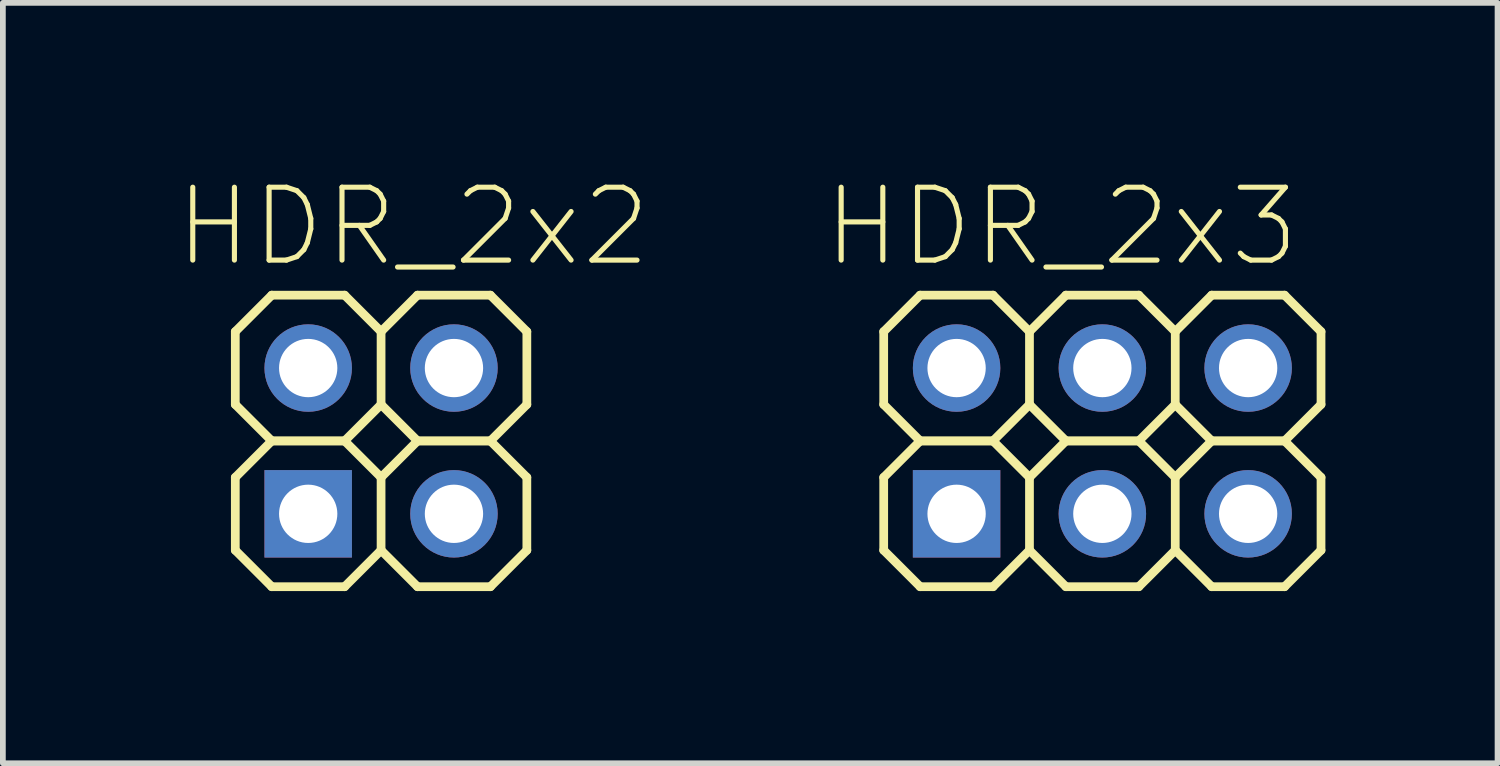
<source format=kicad_pcb>
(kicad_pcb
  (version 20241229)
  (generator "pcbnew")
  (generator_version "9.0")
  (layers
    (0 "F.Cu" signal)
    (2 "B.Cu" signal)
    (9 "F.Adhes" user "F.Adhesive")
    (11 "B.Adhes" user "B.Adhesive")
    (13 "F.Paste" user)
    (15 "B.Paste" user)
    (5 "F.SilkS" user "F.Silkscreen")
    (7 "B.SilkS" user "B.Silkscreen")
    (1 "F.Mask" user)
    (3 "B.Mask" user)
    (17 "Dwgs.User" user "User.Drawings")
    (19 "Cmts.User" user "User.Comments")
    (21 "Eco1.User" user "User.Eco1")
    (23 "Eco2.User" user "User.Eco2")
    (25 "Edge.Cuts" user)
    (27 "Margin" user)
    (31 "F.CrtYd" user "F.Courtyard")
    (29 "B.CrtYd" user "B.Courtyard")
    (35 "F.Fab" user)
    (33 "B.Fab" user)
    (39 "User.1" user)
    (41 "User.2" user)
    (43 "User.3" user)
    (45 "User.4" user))
  (footprint "HDR_2x2"
    (layer "F.Cu")
    (at 3.59 4.633)
    (property "Reference" "HDR_2x2" (at 0.559 -3.734 0) (layer "F.SilkS") (effects (font (size 1.27 1.27) (thickness 0.089))))
    (attr exclude_from_pos_files exclude_from_bom)
    (fp_line (start -2.54 -1.905) (end -2.54 -0.635) (stroke (width 0.152) (type solid)) (layer "F.SilkS"))
    (fp_line (start -2.54 -0.635) (end -1.905 0) (stroke (width 0.152) (type solid)) (layer "F.SilkS"))
    (fp_line (start -2.54 0.635) (end -2.54 1.905) (stroke (width 0.152) (type solid)) (layer "F.SilkS"))
    (fp_line (start -2.54 1.905) (end -1.905 2.54) (stroke (width 0.152) (type solid)) (layer "F.SilkS"))
    (fp_line (start -1.905 -2.54) (end -2.54 -1.905) (stroke (width 0.152) (type solid)) (layer "F.SilkS"))
    (fp_line (start -1.905 -2.54) (end -0.635 -2.54) (stroke (width 0.152) (type solid)) (layer "F.SilkS"))
    (fp_line (start -1.905 0) (end -2.54 0.635) (stroke (width 0.152) (type solid)) (layer "F.SilkS"))
    (fp_line (start -1.905 0) (end -0.635 0) (stroke (width 0.152) (type solid)) (layer "F.SilkS"))
    (fp_line (start -0.635 -2.54) (end 0 -1.905) (stroke (width 0.152) (type solid)) (layer "F.SilkS"))
    (fp_line (start -0.635 0) (end -1.905 0) (stroke (width 0.152) (type solid)) (layer "F.SilkS"))
    (fp_line (start -0.635 0) (end 0 0.635) (stroke (width 0.152) (type solid)) (layer "F.SilkS"))
    (fp_line (start -0.635 2.54) (end -1.905 2.54) (stroke (width 0.152) (type solid)) (layer "F.SilkS"))
    (fp_line (start 0 -1.905) (end 0 -0.635) (stroke (width 0.152) (type solid)) (layer "F.SilkS"))
    (fp_line (start 0 -1.905) (end 0.635 -2.54) (stroke (width 0.152) (type solid)) (layer "F.SilkS"))
    (fp_line (start 0 -0.635) (end -0.635 0) (stroke (width 0.152) (type solid)) (layer "F.SilkS"))
    (fp_line (start 0 0.635) (end 0 1.905) (stroke (width 0.152) (type solid)) (layer "F.SilkS"))
    (fp_line (start 0 0.635) (end 0.635 0) (stroke (width 0.152) (type solid)) (layer "F.SilkS"))
    (fp_line (start 0 1.905) (end -0.635 2.54) (stroke (width 0.152) (type solid)) (layer "F.SilkS"))
    (fp_line (start 0.635 -2.54) (end 1.905 -2.54) (stroke (width 0.152) (type solid)) (layer "F.SilkS"))
    (fp_line (start 0.635 0) (end 0 -0.635) (stroke (width 0.152) (type solid)) (layer "F.SilkS"))
    (fp_line (start 0.635 0) (end 1.905 0) (stroke (width 0.152) (type solid)) (layer "F.SilkS"))
    (fp_line (start 0.635 2.54) (end 0 1.905) (stroke (width 0.152) (type solid)) (layer "F.SilkS"))
    (fp_line (start 1.905 -2.54) (end 2.54 -1.905) (stroke (width 0.152) (type solid)) (layer "F.SilkS"))
    (fp_line (start 1.905 0) (end 0.635 0) (stroke (width 0.152) (type solid)) (layer "F.SilkS"))
    (fp_line (start 1.905 0) (end 2.54 0.635) (stroke (width 0.152) (type solid)) (layer "F.SilkS"))
    (fp_line (start 1.905 2.54) (end 0.635 2.54) (stroke (width 0.152) (type solid)) (layer "F.SilkS"))
    (fp_line (start 2.54 -1.905) (end 2.54 -0.635) (stroke (width 0.152) (type solid)) (layer "F.SilkS"))
    (fp_line (start 2.54 -0.635) (end 1.905 0) (stroke (width 0.152) (type solid)) (layer "F.SilkS"))
    (fp_line (start 2.54 0.635) (end 2.54 1.905) (stroke (width 0.152) (type solid)) (layer "F.SilkS"))
    (fp_line (start 2.54 1.905) (end 1.905 2.54) (stroke (width 0.152) (type solid)) (layer "F.SilkS"))
    (fp_line (start -1.524 -1.524) (end -1.016 -1.524) (stroke (width 0.066) (type solid)) (layer "F.Fab"))
    (fp_line (start -1.524 -1.016) (end -1.524 -1.524) (stroke (width 0.066) (type solid)) (layer "F.Fab"))
    (fp_line (start -1.524 -1.016) (end -1.016 -1.016) (stroke (width 0.066) (type solid)) (layer "F.Fab"))
    (fp_line (start -1.524 1.016) (end -1.016 1.016) (stroke (width 0.066) (type solid)) (layer "F.Fab"))
    (fp_line (start -1.524 1.524) (end -1.524 1.016) (stroke (width 0.066) (type solid)) (layer "F.Fab"))
    (fp_line (start -1.524 1.524) (end -1.016 1.524) (stroke (width 0.066) (type solid)) (layer "F.Fab"))
    (fp_line (start -1.016 -1.016) (end -1.016 -1.524) (stroke (width 0.066) (type solid)) (layer "F.Fab"))
    (fp_line (start -1.016 1.524) (end -1.016 1.016) (stroke (width 0.066) (type solid)) (layer "F.Fab"))
    (fp_line (start 1.016 -1.524) (end 1.524 -1.524) (stroke (width 0.066) (type solid)) (layer "F.Fab"))
    (fp_line (start 1.016 -1.016) (end 1.016 -1.524) (stroke (width 0.066) (type solid)) (layer "F.Fab"))
    (fp_line (start 1.016 -1.016) (end 1.524 -1.016) (stroke (width 0.066) (type solid)) (layer "F.Fab"))
    (fp_line (start 1.016 1.016) (end 1.524 1.016) (stroke (width 0.066) (type solid)) (layer "F.Fab"))
    (fp_line (start 1.016 1.524) (end 1.016 1.016) (stroke (width 0.066) (type solid)) (layer "F.Fab"))
    (fp_line (start 1.016 1.524) (end 1.524 1.524) (stroke (width 0.066) (type solid)) (layer "F.Fab"))
    (fp_line (start 1.524 -1.016) (end 1.524 -1.524) (stroke (width 0.066) (type solid)) (layer "F.Fab"))
    (fp_line (start 1.524 1.524) (end 1.524 1.016) (stroke (width 0.066) (type solid)) (layer "F.Fab"))
    (pad "1" thru_hole rect (at -1.27 1.27) (size 1.524 1.524) (drill 1.016) (layers "*.Cu" "*.Mask"))
    (pad "2" thru_hole circle (at -1.27 -1.27) (size 1.524 1.524) (drill 1.016) (layers "*.Cu" "*.Mask"))
    (pad "3" thru_hole circle (at 1.27 1.27) (size 1.524 1.524) (drill 1.016) (layers "*.Cu" "*.Mask"))
    (pad "4" thru_hole circle (at 1.27 -1.27) (size 1.524 1.524) (drill 1.016) (layers "*.Cu" "*.Mask")))
  (footprint "HDR_2x3"
    (layer "F.Cu")
    (at 16.158 4.633)
    (property "Reference" "HDR_2x3" (at -0.711 -3.734 0) (layer "F.SilkS") (effects (font (size 1.27 1.27) (thickness 0.089))))
    (attr exclude_from_pos_files exclude_from_bom)
    (fp_line (start -3.81 -1.905) (end -3.81 -0.635) (stroke (width 0.152) (type solid)) (layer "F.SilkS"))
    (fp_line (start -3.81 -0.635) (end -3.175 0) (stroke (width 0.152) (type solid)) (layer "F.SilkS"))
    (fp_line (start -3.81 0.635) (end -3.81 1.905) (stroke (width 0.152) (type solid)) (layer "F.SilkS"))
    (fp_line (start -3.81 1.905) (end -3.175 2.54) (stroke (width 0.152) (type solid)) (layer "F.SilkS"))
    (fp_line (start -3.175 -2.54) (end -3.81 -1.905) (stroke (width 0.152) (type solid)) (layer "F.SilkS"))
    (fp_line (start -3.175 -2.54) (end -1.905 -2.54) (stroke (width 0.152) (type solid)) (layer "F.SilkS"))
    (fp_line (start -3.175 0) (end -3.81 0.635) (stroke (width 0.152) (type solid)) (layer "F.SilkS"))
    (fp_line (start -3.175 0) (end -1.905 0) (stroke (width 0.152) (type solid)) (layer "F.SilkS"))
    (fp_line (start -1.905 -2.54) (end -1.27 -1.905) (stroke (width 0.152) (type solid)) (layer "F.SilkS"))
    (fp_line (start -1.905 0) (end -3.175 0) (stroke (width 0.152) (type solid)) (layer "F.SilkS"))
    (fp_line (start -1.905 0) (end -1.27 0.635) (stroke (width 0.152) (type solid)) (layer "F.SilkS"))
    (fp_line (start -1.905 2.54) (end -3.175 2.54) (stroke (width 0.152) (type solid)) (layer "F.SilkS"))
    (fp_line (start -1.27 -1.905) (end -1.27 -0.635) (stroke (width 0.152) (type solid)) (layer "F.SilkS"))
    (fp_line (start -1.27 -1.905) (end -0.635 -2.54) (stroke (width 0.152) (type solid)) (layer "F.SilkS"))
    (fp_line (start -1.27 -0.635) (end -1.905 0) (stroke (width 0.152) (type solid)) (layer "F.SilkS"))
    (fp_line (start -1.27 0.635) (end -1.27 1.905) (stroke (width 0.152) (type solid)) (layer "F.SilkS"))
    (fp_line (start -1.27 0.635) (end -0.635 0) (stroke (width 0.152) (type solid)) (layer "F.SilkS"))
    (fp_line (start -1.27 1.905) (end -1.905 2.54) (stroke (width 0.152) (type solid)) (layer "F.SilkS"))
    (fp_line (start -0.635 -2.54) (end 0.635 -2.54) (stroke (width 0.152) (type solid)) (layer "F.SilkS"))
    (fp_line (start -0.635 0) (end -1.27 -0.635) (stroke (width 0.152) (type solid)) (layer "F.SilkS"))
    (fp_line (start -0.635 0) (end 0.635 0) (stroke (width 0.152) (type solid)) (layer "F.SilkS"))
    (fp_line (start -0.635 2.54) (end -1.27 1.905) (stroke (width 0.152) (type solid)) (layer "F.SilkS"))
    (fp_line (start 0.635 -2.54) (end 1.27 -1.905) (stroke (width 0.152) (type solid)) (layer "F.SilkS"))
    (fp_line (start 0.635 0) (end -0.635 0) (stroke (width 0.152) (type solid)) (layer "F.SilkS"))
    (fp_line (start 0.635 0) (end 1.27 0.635) (stroke (width 0.152) (type solid)) (layer "F.SilkS"))
    (fp_line (start 0.635 2.54) (end -0.635 2.54) (stroke (width 0.152) (type solid)) (layer "F.SilkS"))
    (fp_line (start 1.27 -1.905) (end 1.27 -0.635) (stroke (width 0.152) (type solid)) (layer "F.SilkS"))
    (fp_line (start 1.27 -1.905) (end 1.905 -2.54) (stroke (width 0.152) (type solid)) (layer "F.SilkS"))
    (fp_line (start 1.27 -0.635) (end 0.635 0) (stroke (width 0.152) (type solid)) (layer "F.SilkS"))
    (fp_line (start 1.27 0.635) (end 1.27 1.905) (stroke (width 0.152) (type solid)) (layer "F.SilkS"))
    (fp_line (start 1.27 0.635) (end 1.905 0) (stroke (width 0.152) (type solid)) (layer "F.SilkS"))
    (fp_line (start 1.27 1.905) (end 0.635 2.54) (stroke (width 0.152) (type solid)) (layer "F.SilkS"))
    (fp_line (start 1.905 -2.54) (end 3.175 -2.54) (stroke (width 0.152) (type solid)) (layer "F.SilkS"))
    (fp_line (start 1.905 0) (end 1.27 -0.635) (stroke (width 0.152) (type solid)) (layer "F.SilkS"))
    (fp_line (start 1.905 0) (end 3.175 0) (stroke (width 0.152) (type solid)) (layer "F.SilkS"))
    (fp_line (start 1.905 2.54) (end 1.27 1.905) (stroke (width 0.152) (type solid)) (layer "F.SilkS"))
    (fp_line (start 3.175 -2.54) (end 3.81 -1.905) (stroke (width 0.152) (type solid)) (layer "F.SilkS"))
    (fp_line (start 3.175 0) (end 1.905 0) (stroke (width 0.152) (type solid)) (layer "F.SilkS"))
    (fp_line (start 3.175 0) (end 3.81 0.635) (stroke (width 0.152) (type solid)) (layer "F.SilkS"))
    (fp_line (start 3.175 2.54) (end 1.905 2.54) (stroke (width 0.152) (type solid)) (layer "F.SilkS"))
    (fp_line (start 3.81 -1.905) (end 3.81 -0.635) (stroke (width 0.152) (type solid)) (layer "F.SilkS"))
    (fp_line (start 3.81 -0.635) (end 3.175 0) (stroke (width 0.152) (type solid)) (layer "F.SilkS"))
    (fp_line (start 3.81 0.635) (end 3.81 1.905) (stroke (width 0.152) (type solid)) (layer "F.SilkS"))
    (fp_line (start 3.81 1.905) (end 3.175 2.54) (stroke (width 0.152) (type solid)) (layer "F.SilkS"))
    (fp_line (start -2.794 -1.524) (end -2.286 -1.524) (stroke (width 0.066) (type solid)) (layer "F.Fab"))
    (fp_line (start -2.794 -1.016) (end -2.794 -1.524) (stroke (width 0.066) (type solid)) (layer "F.Fab"))
    (fp_line (start -2.794 -1.016) (end -2.286 -1.016) (stroke (width 0.066) (type solid)) (layer "F.Fab"))
    (fp_line (start -2.794 1.016) (end -2.286 1.016) (stroke (width 0.066) (type solid)) (layer "F.Fab"))
    (fp_line (start -2.794 1.524) (end -2.794 1.016) (stroke (width 0.066) (type solid)) (layer "F.Fab"))
    (fp_line (start -2.794 1.524) (end -2.286 1.524) (stroke (width 0.066) (type solid)) (layer "F.Fab"))
    (fp_line (start -2.286 -1.016) (end -2.286 -1.524) (stroke (width 0.066) (type solid)) (layer "F.Fab"))
    (fp_line (start -2.286 1.524) (end -2.286 1.016) (stroke (width 0.066) (type solid)) (layer "F.Fab"))
    (fp_line (start -0.254 -1.524) (end 0.254 -1.524) (stroke (width 0.066) (type solid)) (layer "F.Fab"))
    (fp_line (start -0.254 -1.016) (end -0.254 -1.524) (stroke (width 0.066) (type solid)) (layer "F.Fab"))
    (fp_line (start -0.254 -1.016) (end 0.254 -1.016) (stroke (width 0.066) (type solid)) (layer "F.Fab"))
    (fp_line (start -0.254 1.016) (end 0.254 1.016) (stroke (width 0.066) (type solid)) (layer "F.Fab"))
    (fp_line (start -0.254 1.524) (end -0.254 1.016) (stroke (width 0.066) (type solid)) (layer "F.Fab"))
    (fp_line (start -0.254 1.524) (end 0.254 1.524) (stroke (width 0.066) (type solid)) (layer "F.Fab"))
    (fp_line (start 0.254 -1.016) (end 0.254 -1.524) (stroke (width 0.066) (type solid)) (layer "F.Fab"))
    (fp_line (start 0.254 1.524) (end 0.254 1.016) (stroke (width 0.066) (type solid)) (layer "F.Fab"))
    (fp_line (start 2.286 -1.524) (end 2.794 -1.524) (stroke (width 0.066) (type solid)) (layer "F.Fab"))
    (fp_line (start 2.286 -1.016) (end 2.286 -1.524) (stroke (width 0.066) (type solid)) (layer "F.Fab"))
    (fp_line (start 2.286 -1.016) (end 2.794 -1.016) (stroke (width 0.066) (type solid)) (layer "F.Fab"))
    (fp_line (start 2.286 1.016) (end 2.794 1.016) (stroke (width 0.066) (type solid)) (layer "F.Fab"))
    (fp_line (start 2.286 1.524) (end 2.286 1.016) (stroke (width 0.066) (type solid)) (layer "F.Fab"))
    (fp_line (start 2.286 1.524) (end 2.794 1.524) (stroke (width 0.066) (type solid)) (layer "F.Fab"))
    (fp_line (start 2.794 -1.016) (end 2.794 -1.524) (stroke (width 0.066) (type solid)) (layer "F.Fab"))
    (fp_line (start 2.794 1.524) (end 2.794 1.016) (stroke (width 0.066) (type solid)) (layer "F.Fab"))
    (pad "1" thru_hole rect (at -2.54 1.27) (size 1.524 1.524) (drill 1.016) (layers "*.Cu" "*.Mask"))
    (pad "2" thru_hole circle (at -2.54 -1.27) (size 1.524 1.524) (drill 1.016) (layers "*.Cu" "*.Mask"))
    (pad "3" thru_hole circle (at 0 1.27) (size 1.524 1.524) (drill 1.016) (layers "*.Cu" "*.Mask"))
    (pad "4" thru_hole circle (at 0 -1.27) (size 1.524 1.524) (drill 1.016) (layers "*.Cu" "*.Mask"))
    (pad "5" thru_hole circle (at 2.54 1.27) (size 1.524 1.524) (drill 1.016) (layers "*.Cu" "*.Mask"))
    (pad "6" thru_hole circle (at 2.54 -1.27) (size 1.524 1.524) (drill 1.016) (layers "*.Cu" "*.Mask")))
  (gr_rect
    (start -3 -3)
    (end 23.044 10.249)
    (stroke (width 0.1) (type default))
    (fill no)
    (layer "Edge.Cuts")))
</source>
